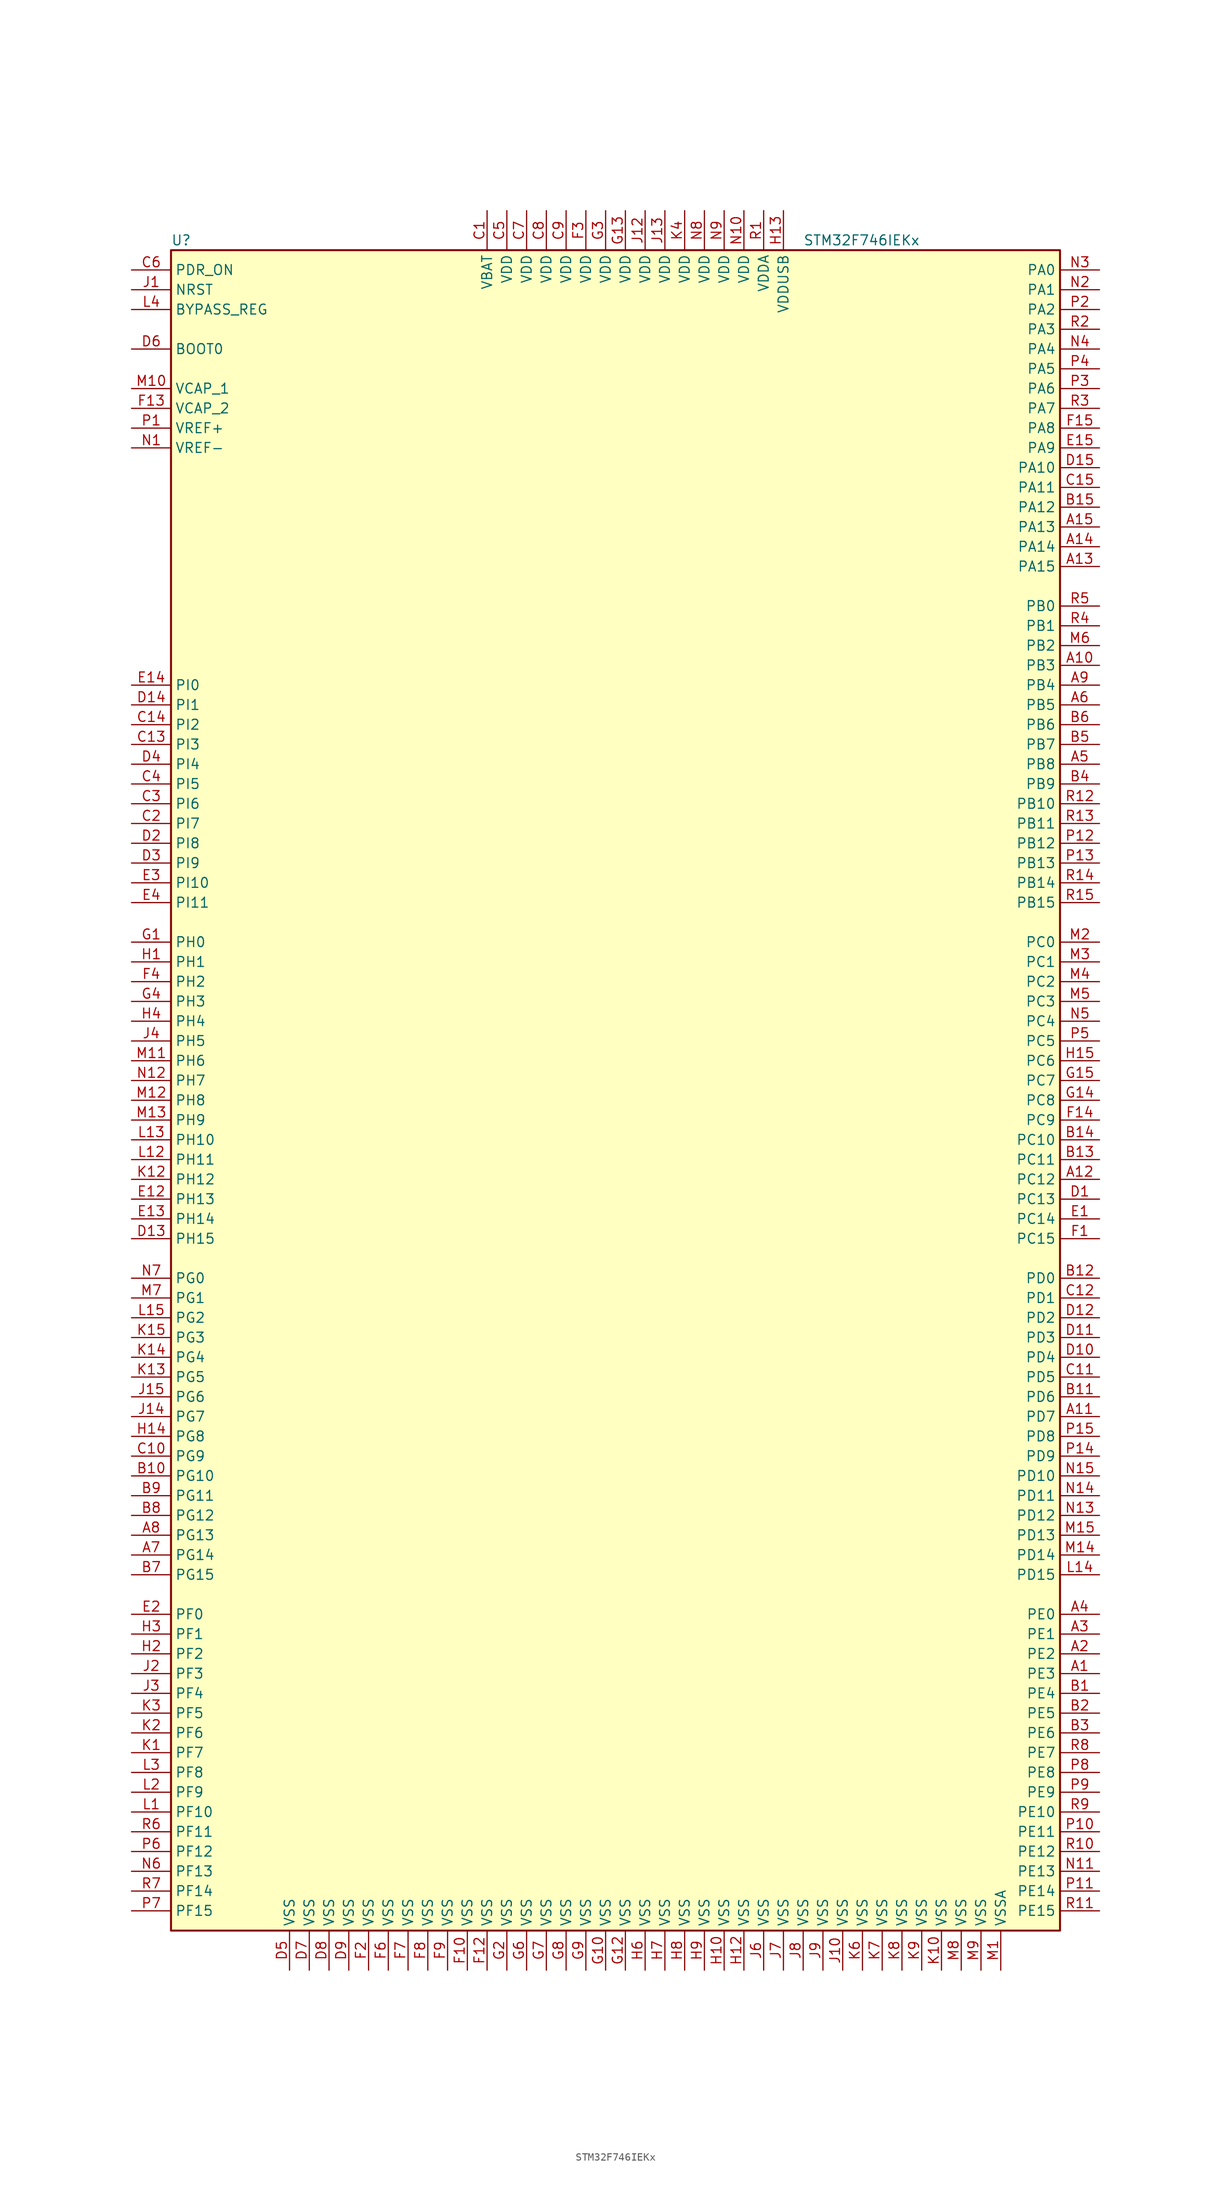
<source format=kicad_sym>
(kicad_symbol_lib
  (version 20220914)
  (generator kicad_symbol_editor)
  (symbol "STM32F746IEKx"
    (property "Reference" "U"
      (at -58.42 107.95 0)
      (effects (font (size 1.27 1.27)) (justify left)))
    (property "Value" "STM32F746IEKx"
      (at 22.86 107.95 0)
      (effects (font (size 1.27 1.27)) (justify left)))
    (symbol "STM32F746IEKx_0_1"
      (rectangle (start -58.42 -109.22) (end 55.88 106.68) (stroke (width 0.254) (type default)) (fill (type background))))
    (symbol "STM32F746IEKx_1_1"
      (pin bidirectional line (at 60.96 -76.2 180) (length 5.08) (name "PE3" (effects (font (size 1.27 1.27)))) (number "A1" (effects (font (size 1.27 1.27)))))
      (pin bidirectional line (at 60.96 53.34 180) (length 5.08) (name "PB3" (effects (font (size 1.27 1.27)))) (number "A10" (effects (font (size 1.27 1.27)))))
      (pin bidirectional line (at 60.96 -43.18 180) (length 5.08) (name "PD7" (effects (font (size 1.27 1.27)))) (number "A11" (effects (font (size 1.27 1.27)))))
      (pin bidirectional line (at 60.96 -12.7 180) (length 5.08) (name "PC12" (effects (font (size 1.27 1.27)))) (number "A12" (effects (font (size 1.27 1.27)))))
      (pin bidirectional line (at 60.96 66.04 180) (length 5.08) (name "PA15" (effects (font (size 1.27 1.27)))) (number "A13" (effects (font (size 1.27 1.27)))))
      (pin bidirectional line (at 60.96 68.58 180) (length 5.08) (name "PA14" (effects (font (size 1.27 1.27)))) (number "A14" (effects (font (size 1.27 1.27)))))
      (pin bidirectional line (at 60.96 71.12 180) (length 5.08) (name "PA13" (effects (font (size 1.27 1.27)))) (number "A15" (effects (font (size 1.27 1.27)))))
      (pin bidirectional line (at 60.96 -73.66 180) (length 5.08) (name "PE2" (effects (font (size 1.27 1.27)))) (number "A2" (effects (font (size 1.27 1.27)))))
      (pin bidirectional line (at 60.96 -71.12 180) (length 5.08) (name "PE1" (effects (font (size 1.27 1.27)))) (number "A3" (effects (font (size 1.27 1.27)))))
      (pin bidirectional line (at 60.96 -68.58 180) (length 5.08) (name "PE0" (effects (font (size 1.27 1.27)))) (number "A4" (effects (font (size 1.27 1.27)))))
      (pin bidirectional line (at 60.96 40.64 180) (length 5.08) (name "PB8" (effects (font (size 1.27 1.27)))) (number "A5" (effects (font (size 1.27 1.27)))))
      (pin bidirectional line (at 60.96 48.26 180) (length 5.08) (name "PB5" (effects (font (size 1.27 1.27)))) (number "A6" (effects (font (size 1.27 1.27)))))
      (pin bidirectional line (at -63.5 -60.96 0) (length 5.08) (name "PG14" (effects (font (size 1.27 1.27)))) (number "A7" (effects (font (size 1.27 1.27)))))
      (pin bidirectional line (at -63.5 -58.42 0) (length 5.08) (name "PG13" (effects (font (size 1.27 1.27)))) (number "A8" (effects (font (size 1.27 1.27)))))
      (pin bidirectional line (at 60.96 50.8 180) (length 5.08) (name "PB4" (effects (font (size 1.27 1.27)))) (number "A9" (effects (font (size 1.27 1.27)))))
      (pin bidirectional line (at 60.96 -78.74 180) (length 5.08) (name "PE4" (effects (font (size 1.27 1.27)))) (number "B1" (effects (font (size 1.27 1.27)))))
      (pin bidirectional line (at -63.5 -50.8 0) (length 5.08) (name "PG10" (effects (font (size 1.27 1.27)))) (number "B10" (effects (font (size 1.27 1.27)))))
      (pin bidirectional line (at 60.96 -40.64 180) (length 5.08) (name "PD6" (effects (font (size 1.27 1.27)))) (number "B11" (effects (font (size 1.27 1.27)))))
      (pin bidirectional line (at 60.96 -25.4 180) (length 5.08) (name "PD0" (effects (font (size 1.27 1.27)))) (number "B12" (effects (font (size 1.27 1.27)))))
      (pin bidirectional line (at 60.96 -10.16 180) (length 5.08) (name "PC11" (effects (font (size 1.27 1.27)))) (number "B13" (effects (font (size 1.27 1.27)))))
      (pin bidirectional line (at 60.96 -7.62 180) (length 5.08) (name "PC10" (effects (font (size 1.27 1.27)))) (number "B14" (effects (font (size 1.27 1.27)))))
      (pin bidirectional line (at 60.96 73.66 180) (length 5.08) (name "PA12" (effects (font (size 1.27 1.27)))) (number "B15" (effects (font (size 1.27 1.27)))))
      (pin bidirectional line (at 60.96 -81.28 180) (length 5.08) (name "PE5" (effects (font (size 1.27 1.27)))) (number "B2" (effects (font (size 1.27 1.27)))))
      (pin bidirectional line (at 60.96 -83.82 180) (length 5.08) (name "PE6" (effects (font (size 1.27 1.27)))) (number "B3" (effects (font (size 1.27 1.27)))))
      (pin bidirectional line (at 60.96 38.1 180) (length 5.08) (name "PB9" (effects (font (size 1.27 1.27)))) (number "B4" (effects (font (size 1.27 1.27)))))
      (pin bidirectional line (at 60.96 43.18 180) (length 5.08) (name "PB7" (effects (font (size 1.27 1.27)))) (number "B5" (effects (font (size 1.27 1.27)))))
      (pin bidirectional line (at 60.96 45.72 180) (length 5.08) (name "PB6" (effects (font (size 1.27 1.27)))) (number "B6" (effects (font (size 1.27 1.27)))))
      (pin bidirectional line (at -63.5 -63.5 0) (length 5.08) (name "PG15" (effects (font (size 1.27 1.27)))) (number "B7" (effects (font (size 1.27 1.27)))))
      (pin bidirectional line (at -63.5 -55.88 0) (length 5.08) (name "PG12" (effects (font (size 1.27 1.27)))) (number "B8" (effects (font (size 1.27 1.27)))))
      (pin bidirectional line (at -63.5 -53.34 0) (length 5.08) (name "PG11" (effects (font (size 1.27 1.27)))) (number "B9" (effects (font (size 1.27 1.27)))))
      (pin power_in line (at -17.78 111.76 270) (length 5.08) (name "VBAT" (effects (font (size 1.27 1.27)))) (number "C1" (effects (font (size 1.27 1.27)))))
      (pin bidirectional line (at -63.5 -48.26 0) (length 5.08) (name "PG9" (effects (font (size 1.27 1.27)))) (number "C10" (effects (font (size 1.27 1.27)))))
      (pin bidirectional line (at 60.96 -38.1 180) (length 5.08) (name "PD5" (effects (font (size 1.27 1.27)))) (number "C11" (effects (font (size 1.27 1.27)))))
      (pin bidirectional line (at 60.96 -27.94 180) (length 5.08) (name "PD1" (effects (font (size 1.27 1.27)))) (number "C12" (effects (font (size 1.27 1.27)))))
      (pin bidirectional line (at -63.5 43.18 0) (length 5.08) (name "PI3" (effects (font (size 1.27 1.27)))) (number "C13" (effects (font (size 1.27 1.27)))))
      (pin bidirectional line (at -63.5 45.72 0) (length 5.08) (name "PI2" (effects (font (size 1.27 1.27)))) (number "C14" (effects (font (size 1.27 1.27)))))
      (pin bidirectional line (at 60.96 76.2 180) (length 5.08) (name "PA11" (effects (font (size 1.27 1.27)))) (number "C15" (effects (font (size 1.27 1.27)))))
      (pin bidirectional line (at -63.5 33.02 0) (length 5.08) (name "PI7" (effects (font (size 1.27 1.27)))) (number "C2" (effects (font (size 1.27 1.27)))))
      (pin bidirectional line (at -63.5 35.56 0) (length 5.08) (name "PI6" (effects (font (size 1.27 1.27)))) (number "C3" (effects (font (size 1.27 1.27)))))
      (pin bidirectional line (at -63.5 38.1 0) (length 5.08) (name "PI5" (effects (font (size 1.27 1.27)))) (number "C4" (effects (font (size 1.27 1.27)))))
      (pin power_in line (at -15.24 111.76 270) (length 5.08) (name "VDD" (effects (font (size 1.27 1.27)))) (number "C5" (effects (font (size 1.27 1.27)))))
      (pin input line (at -63.5 104.14 0) (length 5.08) (name "PDR_ON" (effects (font (size 1.27 1.27)))) (number "C6" (effects (font (size 1.27 1.27)))))
      (pin power_in line (at -12.7 111.76 270) (length 5.08) (name "VDD" (effects (font (size 1.27 1.27)))) (number "C7" (effects (font (size 1.27 1.27)))))
      (pin power_in line (at -10.16 111.76 270) (length 5.08) (name "VDD" (effects (font (size 1.27 1.27)))) (number "C8" (effects (font (size 1.27 1.27)))))
      (pin power_in line (at -7.62 111.76 270) (length 5.08) (name "VDD" (effects (font (size 1.27 1.27)))) (number "C9" (effects (font (size 1.27 1.27)))))
      (pin bidirectional line (at 60.96 -15.24 180) (length 5.08) (name "PC13" (effects (font (size 1.27 1.27)))) (number "D1" (effects (font (size 1.27 1.27)))))
      (pin bidirectional line (at 60.96 -35.56 180) (length 5.08) (name "PD4" (effects (font (size 1.27 1.27)))) (number "D10" (effects (font (size 1.27 1.27)))))
      (pin bidirectional line (at 60.96 -33.02 180) (length 5.08) (name "PD3" (effects (font (size 1.27 1.27)))) (number "D11" (effects (font (size 1.27 1.27)))))
      (pin bidirectional line (at 60.96 -30.48 180) (length 5.08) (name "PD2" (effects (font (size 1.27 1.27)))) (number "D12" (effects (font (size 1.27 1.27)))))
      (pin bidirectional line (at -63.5 -20.32 0) (length 5.08) (name "PH15" (effects (font (size 1.27 1.27)))) (number "D13" (effects (font (size 1.27 1.27)))))
      (pin bidirectional line (at -63.5 48.26 0) (length 5.08) (name "PI1" (effects (font (size 1.27 1.27)))) (number "D14" (effects (font (size 1.27 1.27)))))
      (pin bidirectional line (at 60.96 78.74 180) (length 5.08) (name "PA10" (effects (font (size 1.27 1.27)))) (number "D15" (effects (font (size 1.27 1.27)))))
      (pin bidirectional line (at -63.5 30.48 0) (length 5.08) (name "PI8" (effects (font (size 1.27 1.27)))) (number "D2" (effects (font (size 1.27 1.27)))))
      (pin bidirectional line (at -63.5 27.94 0) (length 5.08) (name "PI9" (effects (font (size 1.27 1.27)))) (number "D3" (effects (font (size 1.27 1.27)))))
      (pin bidirectional line (at -63.5 40.64 0) (length 5.08) (name "PI4" (effects (font (size 1.27 1.27)))) (number "D4" (effects (font (size 1.27 1.27)))))
      (pin power_in line (at -43.18 -114.3 90) (length 5.08) (name "VSS" (effects (font (size 1.27 1.27)))) (number "D5" (effects (font (size 1.27 1.27)))))
      (pin input line (at -63.5 93.98 0) (length 5.08) (name "BOOT0" (effects (font (size 1.27 1.27)))) (number "D6" (effects (font (size 1.27 1.27)))))
      (pin power_in line (at -40.64 -114.3 90) (length 5.08) (name "VSS" (effects (font (size 1.27 1.27)))) (number "D7" (effects (font (size 1.27 1.27)))))
      (pin power_in line (at -38.1 -114.3 90) (length 5.08) (name "VSS" (effects (font (size 1.27 1.27)))) (number "D8" (effects (font (size 1.27 1.27)))))
      (pin power_in line (at -35.56 -114.3 90) (length 5.08) (name "VSS" (effects (font (size 1.27 1.27)))) (number "D9" (effects (font (size 1.27 1.27)))))
      (pin bidirectional line (at 60.96 -17.78 180) (length 5.08) (name "PC14" (effects (font (size 1.27 1.27)))) (number "E1" (effects (font (size 1.27 1.27)))))
      (pin bidirectional line (at -63.5 -15.24 0) (length 5.08) (name "PH13" (effects (font (size 1.27 1.27)))) (number "E12" (effects (font (size 1.27 1.27)))))
      (pin bidirectional line (at -63.5 -17.78 0) (length 5.08) (name "PH14" (effects (font (size 1.27 1.27)))) (number "E13" (effects (font (size 1.27 1.27)))))
      (pin bidirectional line (at -63.5 50.8 0) (length 5.08) (name "PI0" (effects (font (size 1.27 1.27)))) (number "E14" (effects (font (size 1.27 1.27)))))
      (pin bidirectional line (at 60.96 81.28 180) (length 5.08) (name "PA9" (effects (font (size 1.27 1.27)))) (number "E15" (effects (font (size 1.27 1.27)))))
      (pin bidirectional line (at -63.5 -68.58 0) (length 5.08) (name "PF0" (effects (font (size 1.27 1.27)))) (number "E2" (effects (font (size 1.27 1.27)))))
      (pin bidirectional line (at -63.5 25.4 0) (length 5.08) (name "PI10" (effects (font (size 1.27 1.27)))) (number "E3" (effects (font (size 1.27 1.27)))))
      (pin bidirectional line (at -63.5 22.86 0) (length 5.08) (name "PI11" (effects (font (size 1.27 1.27)))) (number "E4" (effects (font (size 1.27 1.27)))))
      (pin bidirectional line (at 60.96 -20.32 180) (length 5.08) (name "PC15" (effects (font (size 1.27 1.27)))) (number "F1" (effects (font (size 1.27 1.27)))))
      (pin power_in line (at -20.32 -114.3 90) (length 5.08) (name "VSS" (effects (font (size 1.27 1.27)))) (number "F10" (effects (font (size 1.27 1.27)))))
      (pin power_in line (at -17.78 -114.3 90) (length 5.08) (name "VSS" (effects (font (size 1.27 1.27)))) (number "F12" (effects (font (size 1.27 1.27)))))
      (pin power_in line (at -63.5 86.36 0) (length 5.08) (name "VCAP_2" (effects (font (size 1.27 1.27)))) (number "F13" (effects (font (size 1.27 1.27)))))
      (pin bidirectional line (at 60.96 -5.08 180) (length 5.08) (name "PC9" (effects (font (size 1.27 1.27)))) (number "F14" (effects (font (size 1.27 1.27)))))
      (pin bidirectional line (at 60.96 83.82 180) (length 5.08) (name "PA8" (effects (font (size 1.27 1.27)))) (number "F15" (effects (font (size 1.27 1.27)))))
      (pin power_in line (at -33.02 -114.3 90) (length 5.08) (name "VSS" (effects (font (size 1.27 1.27)))) (number "F2" (effects (font (size 1.27 1.27)))))
      (pin power_in line (at -5.08 111.76 270) (length 5.08) (name "VDD" (effects (font (size 1.27 1.27)))) (number "F3" (effects (font (size 1.27 1.27)))))
      (pin bidirectional line (at -63.5 12.7 0) (length 5.08) (name "PH2" (effects (font (size 1.27 1.27)))) (number "F4" (effects (font (size 1.27 1.27)))))
      (pin power_in line (at -30.48 -114.3 90) (length 5.08) (name "VSS" (effects (font (size 1.27 1.27)))) (number "F6" (effects (font (size 1.27 1.27)))))
      (pin power_in line (at -27.94 -114.3 90) (length 5.08) (name "VSS" (effects (font (size 1.27 1.27)))) (number "F7" (effects (font (size 1.27 1.27)))))
      (pin power_in line (at -25.4 -114.3 90) (length 5.08) (name "VSS" (effects (font (size 1.27 1.27)))) (number "F8" (effects (font (size 1.27 1.27)))))
      (pin power_in line (at -22.86 -114.3 90) (length 5.08) (name "VSS" (effects (font (size 1.27 1.27)))) (number "F9" (effects (font (size 1.27 1.27)))))
      (pin input line (at -63.5 17.78 0) (length 5.08) (name "PH0" (effects (font (size 1.27 1.27)))) (number "G1" (effects (font (size 1.27 1.27)))))
      (pin power_in line (at -2.54 -114.3 90) (length 5.08) (name "VSS" (effects (font (size 1.27 1.27)))) (number "G10" (effects (font (size 1.27 1.27)))))
      (pin power_in line (at 0 -114.3 90) (length 5.08) (name "VSS" (effects (font (size 1.27 1.27)))) (number "G12" (effects (font (size 1.27 1.27)))))
      (pin power_in line (at 0 111.76 270) (length 5.08) (name "VDD" (effects (font (size 1.27 1.27)))) (number "G13" (effects (font (size 1.27 1.27)))))
      (pin bidirectional line (at 60.96 -2.54 180) (length 5.08) (name "PC8" (effects (font (size 1.27 1.27)))) (number "G14" (effects (font (size 1.27 1.27)))))
      (pin bidirectional line (at 60.96 0 180) (length 5.08) (name "PC7" (effects (font (size 1.27 1.27)))) (number "G15" (effects (font (size 1.27 1.27)))))
      (pin power_in line (at -15.24 -114.3 90) (length 5.08) (name "VSS" (effects (font (size 1.27 1.27)))) (number "G2" (effects (font (size 1.27 1.27)))))
      (pin power_in line (at -2.54 111.76 270) (length 5.08) (name "VDD" (effects (font (size 1.27 1.27)))) (number "G3" (effects (font (size 1.27 1.27)))))
      (pin bidirectional line (at -63.5 10.16 0) (length 5.08) (name "PH3" (effects (font (size 1.27 1.27)))) (number "G4" (effects (font (size 1.27 1.27)))))
      (pin power_in line (at -12.7 -114.3 90) (length 5.08) (name "VSS" (effects (font (size 1.27 1.27)))) (number "G6" (effects (font (size 1.27 1.27)))))
      (pin power_in line (at -10.16 -114.3 90) (length 5.08) (name "VSS" (effects (font (size 1.27 1.27)))) (number "G7" (effects (font (size 1.27 1.27)))))
      (pin power_in line (at -7.62 -114.3 90) (length 5.08) (name "VSS" (effects (font (size 1.27 1.27)))) (number "G8" (effects (font (size 1.27 1.27)))))
      (pin power_in line (at -5.08 -114.3 90) (length 5.08) (name "VSS" (effects (font (size 1.27 1.27)))) (number "G9" (effects (font (size 1.27 1.27)))))
      (pin input line (at -63.5 15.24 0) (length 5.08) (name "PH1" (effects (font (size 1.27 1.27)))) (number "H1" (effects (font (size 1.27 1.27)))))
      (pin power_in line (at 12.7 -114.3 90) (length 5.08) (name "VSS" (effects (font (size 1.27 1.27)))) (number "H10" (effects (font (size 1.27 1.27)))))
      (pin power_in line (at 15.24 -114.3 90) (length 5.08) (name "VSS" (effects (font (size 1.27 1.27)))) (number "H12" (effects (font (size 1.27 1.27)))))
      (pin power_in line (at 20.32 111.76 270) (length 5.08) (name "VDDUSB" (effects (font (size 1.27 1.27)))) (number "H13" (effects (font (size 1.27 1.27)))))
      (pin bidirectional line (at -63.5 -45.72 0) (length 5.08) (name "PG8" (effects (font (size 1.27 1.27)))) (number "H14" (effects (font (size 1.27 1.27)))))
      (pin bidirectional line (at 60.96 2.54 180) (length 5.08) (name "PC6" (effects (font (size 1.27 1.27)))) (number "H15" (effects (font (size 1.27 1.27)))))
      (pin bidirectional line (at -63.5 -73.66 0) (length 5.08) (name "PF2" (effects (font (size 1.27 1.27)))) (number "H2" (effects (font (size 1.27 1.27)))))
      (pin bidirectional line (at -63.5 -71.12 0) (length 5.08) (name "PF1" (effects (font (size 1.27 1.27)))) (number "H3" (effects (font (size 1.27 1.27)))))
      (pin bidirectional line (at -63.5 7.62 0) (length 5.08) (name "PH4" (effects (font (size 1.27 1.27)))) (number "H4" (effects (font (size 1.27 1.27)))))
      (pin power_in line (at 2.54 -114.3 90) (length 5.08) (name "VSS" (effects (font (size 1.27 1.27)))) (number "H6" (effects (font (size 1.27 1.27)))))
      (pin power_in line (at 5.08 -114.3 90) (length 5.08) (name "VSS" (effects (font (size 1.27 1.27)))) (number "H7" (effects (font (size 1.27 1.27)))))
      (pin power_in line (at 7.62 -114.3 90) (length 5.08) (name "VSS" (effects (font (size 1.27 1.27)))) (number "H8" (effects (font (size 1.27 1.27)))))
      (pin power_in line (at 10.16 -114.3 90) (length 5.08) (name "VSS" (effects (font (size 1.27 1.27)))) (number "H9" (effects (font (size 1.27 1.27)))))
      (pin input line (at -63.5 101.6 0) (length 5.08) (name "NRST" (effects (font (size 1.27 1.27)))) (number "J1" (effects (font (size 1.27 1.27)))))
      (pin power_in line (at 27.94 -114.3 90) (length 5.08) (name "VSS" (effects (font (size 1.27 1.27)))) (number "J10" (effects (font (size 1.27 1.27)))))
      (pin power_in line (at 2.54 111.76 270) (length 5.08) (name "VDD" (effects (font (size 1.27 1.27)))) (number "J12" (effects (font (size 1.27 1.27)))))
      (pin power_in line (at 5.08 111.76 270) (length 5.08) (name "VDD" (effects (font (size 1.27 1.27)))) (number "J13" (effects (font (size 1.27 1.27)))))
      (pin bidirectional line (at -63.5 -43.18 0) (length 5.08) (name "PG7" (effects (font (size 1.27 1.27)))) (number "J14" (effects (font (size 1.27 1.27)))))
      (pin bidirectional line (at -63.5 -40.64 0) (length 5.08) (name "PG6" (effects (font (size 1.27 1.27)))) (number "J15" (effects (font (size 1.27 1.27)))))
      (pin bidirectional line (at -63.5 -76.2 0) (length 5.08) (name "PF3" (effects (font (size 1.27 1.27)))) (number "J2" (effects (font (size 1.27 1.27)))))
      (pin bidirectional line (at -63.5 -78.74 0) (length 5.08) (name "PF4" (effects (font (size 1.27 1.27)))) (number "J3" (effects (font (size 1.27 1.27)))))
      (pin bidirectional line (at -63.5 5.08 0) (length 5.08) (name "PH5" (effects (font (size 1.27 1.27)))) (number "J4" (effects (font (size 1.27 1.27)))))
      (pin power_in line (at 17.78 -114.3 90) (length 5.08) (name "VSS" (effects (font (size 1.27 1.27)))) (number "J6" (effects (font (size 1.27 1.27)))))
      (pin power_in line (at 20.32 -114.3 90) (length 5.08) (name "VSS" (effects (font (size 1.27 1.27)))) (number "J7" (effects (font (size 1.27 1.27)))))
      (pin power_in line (at 22.86 -114.3 90) (length 5.08) (name "VSS" (effects (font (size 1.27 1.27)))) (number "J8" (effects (font (size 1.27 1.27)))))
      (pin power_in line (at 25.4 -114.3 90) (length 5.08) (name "VSS" (effects (font (size 1.27 1.27)))) (number "J9" (effects (font (size 1.27 1.27)))))
      (pin bidirectional line (at -63.5 -86.36 0) (length 5.08) (name "PF7" (effects (font (size 1.27 1.27)))) (number "K1" (effects (font (size 1.27 1.27)))))
      (pin power_in line (at 40.64 -114.3 90) (length 5.08) (name "VSS" (effects (font (size 1.27 1.27)))) (number "K10" (effects (font (size 1.27 1.27)))))
      (pin bidirectional line (at -63.5 -12.7 0) (length 5.08) (name "PH12" (effects (font (size 1.27 1.27)))) (number "K12" (effects (font (size 1.27 1.27)))))
      (pin bidirectional line (at -63.5 -38.1 0) (length 5.08) (name "PG5" (effects (font (size 1.27 1.27)))) (number "K13" (effects (font (size 1.27 1.27)))))
      (pin bidirectional line (at -63.5 -35.56 0) (length 5.08) (name "PG4" (effects (font (size 1.27 1.27)))) (number "K14" (effects (font (size 1.27 1.27)))))
      (pin bidirectional line (at -63.5 -33.02 0) (length 5.08) (name "PG3" (effects (font (size 1.27 1.27)))) (number "K15" (effects (font (size 1.27 1.27)))))
      (pin bidirectional line (at -63.5 -83.82 0) (length 5.08) (name "PF6" (effects (font (size 1.27 1.27)))) (number "K2" (effects (font (size 1.27 1.27)))))
      (pin bidirectional line (at -63.5 -81.28 0) (length 5.08) (name "PF5" (effects (font (size 1.27 1.27)))) (number "K3" (effects (font (size 1.27 1.27)))))
      (pin power_in line (at 7.62 111.76 270) (length 5.08) (name "VDD" (effects (font (size 1.27 1.27)))) (number "K4" (effects (font (size 1.27 1.27)))))
      (pin power_in line (at 30.48 -114.3 90) (length 5.08) (name "VSS" (effects (font (size 1.27 1.27)))) (number "K6" (effects (font (size 1.27 1.27)))))
      (pin power_in line (at 33.02 -114.3 90) (length 5.08) (name "VSS" (effects (font (size 1.27 1.27)))) (number "K7" (effects (font (size 1.27 1.27)))))
      (pin power_in line (at 35.56 -114.3 90) (length 5.08) (name "VSS" (effects (font (size 1.27 1.27)))) (number "K8" (effects (font (size 1.27 1.27)))))
      (pin power_in line (at 38.1 -114.3 90) (length 5.08) (name "VSS" (effects (font (size 1.27 1.27)))) (number "K9" (effects (font (size 1.27 1.27)))))
      (pin bidirectional line (at -63.5 -93.98 0) (length 5.08) (name "PF10" (effects (font (size 1.27 1.27)))) (number "L1" (effects (font (size 1.27 1.27)))))
      (pin bidirectional line (at -63.5 -10.16 0) (length 5.08) (name "PH11" (effects (font (size 1.27 1.27)))) (number "L12" (effects (font (size 1.27 1.27)))))
      (pin bidirectional line (at -63.5 -7.62 0) (length 5.08) (name "PH10" (effects (font (size 1.27 1.27)))) (number "L13" (effects (font (size 1.27 1.27)))))
      (pin bidirectional line (at 60.96 -63.5 180) (length 5.08) (name "PD15" (effects (font (size 1.27 1.27)))) (number "L14" (effects (font (size 1.27 1.27)))))
      (pin bidirectional line (at -63.5 -30.48 0) (length 5.08) (name "PG2" (effects (font (size 1.27 1.27)))) (number "L15" (effects (font (size 1.27 1.27)))))
      (pin bidirectional line (at -63.5 -91.44 0) (length 5.08) (name "PF9" (effects (font (size 1.27 1.27)))) (number "L2" (effects (font (size 1.27 1.27)))))
      (pin bidirectional line (at -63.5 -88.9 0) (length 5.08) (name "PF8" (effects (font (size 1.27 1.27)))) (number "L3" (effects (font (size 1.27 1.27)))))
      (pin input line (at -63.5 99.06 0) (length 5.08) (name "BYPASS_REG" (effects (font (size 1.27 1.27)))) (number "L4" (effects (font (size 1.27 1.27)))))
      (pin power_in line (at 48.26 -114.3 90) (length 5.08) (name "VSSA" (effects (font (size 1.27 1.27)))) (number "M1" (effects (font (size 1.27 1.27)))))
      (pin power_in line (at -63.5 88.9 0) (length 5.08) (name "VCAP_1" (effects (font (size 1.27 1.27)))) (number "M10" (effects (font (size 1.27 1.27)))))
      (pin bidirectional line (at -63.5 2.54 0) (length 5.08) (name "PH6" (effects (font (size 1.27 1.27)))) (number "M11" (effects (font (size 1.27 1.27)))))
      (pin bidirectional line (at -63.5 -2.54 0) (length 5.08) (name "PH8" (effects (font (size 1.27 1.27)))) (number "M12" (effects (font (size 1.27 1.27)))))
      (pin bidirectional line (at -63.5 -5.08 0) (length 5.08) (name "PH9" (effects (font (size 1.27 1.27)))) (number "M13" (effects (font (size 1.27 1.27)))))
      (pin bidirectional line (at 60.96 -60.96 180) (length 5.08) (name "PD14" (effects (font (size 1.27 1.27)))) (number "M14" (effects (font (size 1.27 1.27)))))
      (pin bidirectional line (at 60.96 -58.42 180) (length 5.08) (name "PD13" (effects (font (size 1.27 1.27)))) (number "M15" (effects (font (size 1.27 1.27)))))
      (pin bidirectional line (at 60.96 17.78 180) (length 5.08) (name "PC0" (effects (font (size 1.27 1.27)))) (number "M2" (effects (font (size 1.27 1.27)))))
      (pin bidirectional line (at 60.96 15.24 180) (length 5.08) (name "PC1" (effects (font (size 1.27 1.27)))) (number "M3" (effects (font (size 1.27 1.27)))))
      (pin bidirectional line (at 60.96 12.7 180) (length 5.08) (name "PC2" (effects (font (size 1.27 1.27)))) (number "M4" (effects (font (size 1.27 1.27)))))
      (pin bidirectional line (at 60.96 10.16 180) (length 5.08) (name "PC3" (effects (font (size 1.27 1.27)))) (number "M5" (effects (font (size 1.27 1.27)))))
      (pin bidirectional line (at 60.96 55.88 180) (length 5.08) (name "PB2" (effects (font (size 1.27 1.27)))) (number "M6" (effects (font (size 1.27 1.27)))))
      (pin bidirectional line (at -63.5 -27.94 0) (length 5.08) (name "PG1" (effects (font (size 1.27 1.27)))) (number "M7" (effects (font (size 1.27 1.27)))))
      (pin power_in line (at 43.18 -114.3 90) (length 5.08) (name "VSS" (effects (font (size 1.27 1.27)))) (number "M8" (effects (font (size 1.27 1.27)))))
      (pin power_in line (at 45.72 -114.3 90) (length 5.08) (name "VSS" (effects (font (size 1.27 1.27)))) (number "M9" (effects (font (size 1.27 1.27)))))
      (pin power_in line (at -63.5 81.28 0) (length 5.08) (name "VREF-" (effects (font (size 1.27 1.27)))) (number "N1" (effects (font (size 1.27 1.27)))))
      (pin power_in line (at 15.24 111.76 270) (length 5.08) (name "VDD" (effects (font (size 1.27 1.27)))) (number "N10" (effects (font (size 1.27 1.27)))))
      (pin bidirectional line (at 60.96 -101.6 180) (length 5.08) (name "PE13" (effects (font (size 1.27 1.27)))) (number "N11" (effects (font (size 1.27 1.27)))))
      (pin bidirectional line (at -63.5 0 0) (length 5.08) (name "PH7" (effects (font (size 1.27 1.27)))) (number "N12" (effects (font (size 1.27 1.27)))))
      (pin bidirectional line (at 60.96 -55.88 180) (length 5.08) (name "PD12" (effects (font (size 1.27 1.27)))) (number "N13" (effects (font (size 1.27 1.27)))))
      (pin bidirectional line (at 60.96 -53.34 180) (length 5.08) (name "PD11" (effects (font (size 1.27 1.27)))) (number "N14" (effects (font (size 1.27 1.27)))))
      (pin bidirectional line (at 60.96 -50.8 180) (length 5.08) (name "PD10" (effects (font (size 1.27 1.27)))) (number "N15" (effects (font (size 1.27 1.27)))))
      (pin bidirectional line (at 60.96 101.6 180) (length 5.08) (name "PA1" (effects (font (size 1.27 1.27)))) (number "N2" (effects (font (size 1.27 1.27)))))
      (pin bidirectional line (at 60.96 104.14 180) (length 5.08) (name "PA0" (effects (font (size 1.27 1.27)))) (number "N3" (effects (font (size 1.27 1.27)))))
      (pin bidirectional line (at 60.96 93.98 180) (length 5.08) (name "PA4" (effects (font (size 1.27 1.27)))) (number "N4" (effects (font (size 1.27 1.27)))))
      (pin bidirectional line (at 60.96 7.62 180) (length 5.08) (name "PC4" (effects (font (size 1.27 1.27)))) (number "N5" (effects (font (size 1.27 1.27)))))
      (pin bidirectional line (at -63.5 -101.6 0) (length 5.08) (name "PF13" (effects (font (size 1.27 1.27)))) (number "N6" (effects (font (size 1.27 1.27)))))
      (pin bidirectional line (at -63.5 -25.4 0) (length 5.08) (name "PG0" (effects (font (size 1.27 1.27)))) (number "N7" (effects (font (size 1.27 1.27)))))
      (pin power_in line (at 10.16 111.76 270) (length 5.08) (name "VDD" (effects (font (size 1.27 1.27)))) (number "N8" (effects (font (size 1.27 1.27)))))
      (pin power_in line (at 12.7 111.76 270) (length 5.08) (name "VDD" (effects (font (size 1.27 1.27)))) (number "N9" (effects (font (size 1.27 1.27)))))
      (pin power_in line (at -63.5 83.82 0) (length 5.08) (name "VREF+" (effects (font (size 1.27 1.27)))) (number "P1" (effects (font (size 1.27 1.27)))))
      (pin bidirectional line (at 60.96 -96.52 180) (length 5.08) (name "PE11" (effects (font (size 1.27 1.27)))) (number "P10" (effects (font (size 1.27 1.27)))))
      (pin bidirectional line (at 60.96 -104.14 180) (length 5.08) (name "PE14" (effects (font (size 1.27 1.27)))) (number "P11" (effects (font (size 1.27 1.27)))))
      (pin bidirectional line (at 60.96 30.48 180) (length 5.08) (name "PB12" (effects (font (size 1.27 1.27)))) (number "P12" (effects (font (size 1.27 1.27)))))
      (pin bidirectional line (at 60.96 27.94 180) (length 5.08) (name "PB13" (effects (font (size 1.27 1.27)))) (number "P13" (effects (font (size 1.27 1.27)))))
      (pin bidirectional line (at 60.96 -48.26 180) (length 5.08) (name "PD9" (effects (font (size 1.27 1.27)))) (number "P14" (effects (font (size 1.27 1.27)))))
      (pin bidirectional line (at 60.96 -45.72 180) (length 5.08) (name "PD8" (effects (font (size 1.27 1.27)))) (number "P15" (effects (font (size 1.27 1.27)))))
      (pin bidirectional line (at 60.96 99.06 180) (length 5.08) (name "PA2" (effects (font (size 1.27 1.27)))) (number "P2" (effects (font (size 1.27 1.27)))))
      (pin bidirectional line (at 60.96 88.9 180) (length 5.08) (name "PA6" (effects (font (size 1.27 1.27)))) (number "P3" (effects (font (size 1.27 1.27)))))
      (pin bidirectional line (at 60.96 91.44 180) (length 5.08) (name "PA5" (effects (font (size 1.27 1.27)))) (number "P4" (effects (font (size 1.27 1.27)))))
      (pin bidirectional line (at 60.96 5.08 180) (length 5.08) (name "PC5" (effects (font (size 1.27 1.27)))) (number "P5" (effects (font (size 1.27 1.27)))))
      (pin bidirectional line (at -63.5 -99.06 0) (length 5.08) (name "PF12" (effects (font (size 1.27 1.27)))) (number "P6" (effects (font (size 1.27 1.27)))))
      (pin bidirectional line (at -63.5 -106.68 0) (length 5.08) (name "PF15" (effects (font (size 1.27 1.27)))) (number "P7" (effects (font (size 1.27 1.27)))))
      (pin bidirectional line (at 60.96 -88.9 180) (length 5.08) (name "PE8" (effects (font (size 1.27 1.27)))) (number "P8" (effects (font (size 1.27 1.27)))))
      (pin bidirectional line (at 60.96 -91.44 180) (length 5.08) (name "PE9" (effects (font (size 1.27 1.27)))) (number "P9" (effects (font (size 1.27 1.27)))))
      (pin power_in line (at 17.78 111.76 270) (length 5.08) (name "VDDA" (effects (font (size 1.27 1.27)))) (number "R1" (effects (font (size 1.27 1.27)))))
      (pin bidirectional line (at 60.96 -99.06 180) (length 5.08) (name "PE12" (effects (font (size 1.27 1.27)))) (number "R10" (effects (font (size 1.27 1.27)))))
      (pin bidirectional line (at 60.96 -106.68 180) (length 5.08) (name "PE15" (effects (font (size 1.27 1.27)))) (number "R11" (effects (font (size 1.27 1.27)))))
      (pin bidirectional line (at 60.96 35.56 180) (length 5.08) (name "PB10" (effects (font (size 1.27 1.27)))) (number "R12" (effects (font (size 1.27 1.27)))))
      (pin bidirectional line (at 60.96 33.02 180) (length 5.08) (name "PB11" (effects (font (size 1.27 1.27)))) (number "R13" (effects (font (size 1.27 1.27)))))
      (pin bidirectional line (at 60.96 25.4 180) (length 5.08) (name "PB14" (effects (font (size 1.27 1.27)))) (number "R14" (effects (font (size 1.27 1.27)))))
      (pin bidirectional line (at 60.96 22.86 180) (length 5.08) (name "PB15" (effects (font (size 1.27 1.27)))) (number "R15" (effects (font (size 1.27 1.27)))))
      (pin bidirectional line (at 60.96 96.52 180) (length 5.08) (name "PA3" (effects (font (size 1.27 1.27)))) (number "R2" (effects (font (size 1.27 1.27)))))
      (pin bidirectional line (at 60.96 86.36 180) (length 5.08) (name "PA7" (effects (font (size 1.27 1.27)))) (number "R3" (effects (font (size 1.27 1.27)))))
      (pin bidirectional line (at 60.96 58.42 180) (length 5.08) (name "PB1" (effects (font (size 1.27 1.27)))) (number "R4" (effects (font (size 1.27 1.27)))))
      (pin bidirectional line (at 60.96 60.96 180) (length 5.08) (name "PB0" (effects (font (size 1.27 1.27)))) (number "R5" (effects (font (size 1.27 1.27)))))
      (pin bidirectional line (at -63.5 -96.52 0) (length 5.08) (name "PF11" (effects (font (size 1.27 1.27)))) (number "R6" (effects (font (size 1.27 1.27)))))
      (pin bidirectional line (at -63.5 -104.14 0) (length 5.08) (name "PF14" (effects (font (size 1.27 1.27)))) (number "R7" (effects (font (size 1.27 1.27)))))
      (pin bidirectional line (at 60.96 -86.36 180) (length 5.08) (name "PE7" (effects (font (size 1.27 1.27)))) (number "R8" (effects (font (size 1.27 1.27)))))
      (pin bidirectional line (at 60.96 -93.98 180) (length 5.08) (name "PE10" (effects (font (size 1.27 1.27)))) (number "R9" (effects (font (size 1.27 1.27))))))))
</source>
